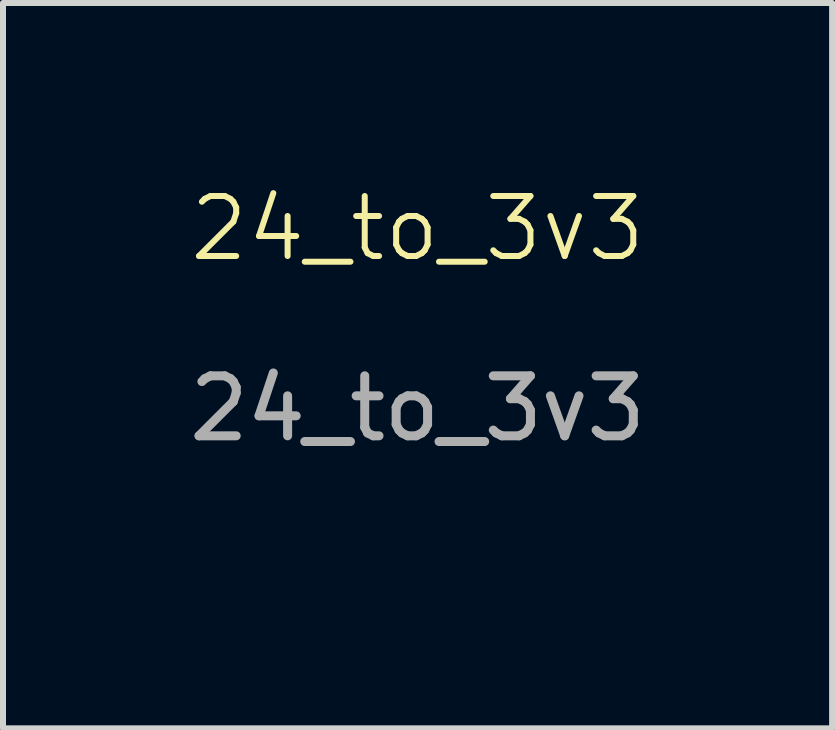
<source format=kicad_pcb>
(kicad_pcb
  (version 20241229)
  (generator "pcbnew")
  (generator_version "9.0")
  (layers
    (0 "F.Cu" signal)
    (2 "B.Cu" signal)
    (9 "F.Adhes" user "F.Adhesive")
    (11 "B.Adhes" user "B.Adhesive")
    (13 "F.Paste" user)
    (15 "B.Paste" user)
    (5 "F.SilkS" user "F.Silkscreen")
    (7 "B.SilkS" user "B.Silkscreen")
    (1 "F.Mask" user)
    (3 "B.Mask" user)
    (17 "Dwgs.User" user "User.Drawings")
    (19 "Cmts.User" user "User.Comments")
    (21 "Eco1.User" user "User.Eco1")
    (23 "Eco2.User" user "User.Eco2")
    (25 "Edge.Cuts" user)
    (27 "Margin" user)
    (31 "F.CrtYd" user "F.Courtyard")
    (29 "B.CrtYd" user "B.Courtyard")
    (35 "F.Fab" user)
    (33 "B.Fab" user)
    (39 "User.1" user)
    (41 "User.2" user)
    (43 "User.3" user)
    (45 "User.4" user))
  (footprint "24_to_3v3"
    (layer "F.Cu")
    (at 3.911 5.84)
    (property "Reference" "24_to_3v3" (at 0 -5.08 0) (unlocked yes) (layer "F.SilkS") (effects (font (size 1 1) (thickness 0.1))))
    (attr smd)
    (fp_text user "${REFERENCE}" (at 0 -2.08 0) (unlocked yes) (layer "F.Fab") (effects (font (size 1 1) (thickness 0.15)))))
  (gr_rect
    (start -3 -3)
    (end 10.821 9.091)
    (stroke (width 0.1) (type default))
    (fill no)
    (layer "Edge.Cuts")))
</source>
